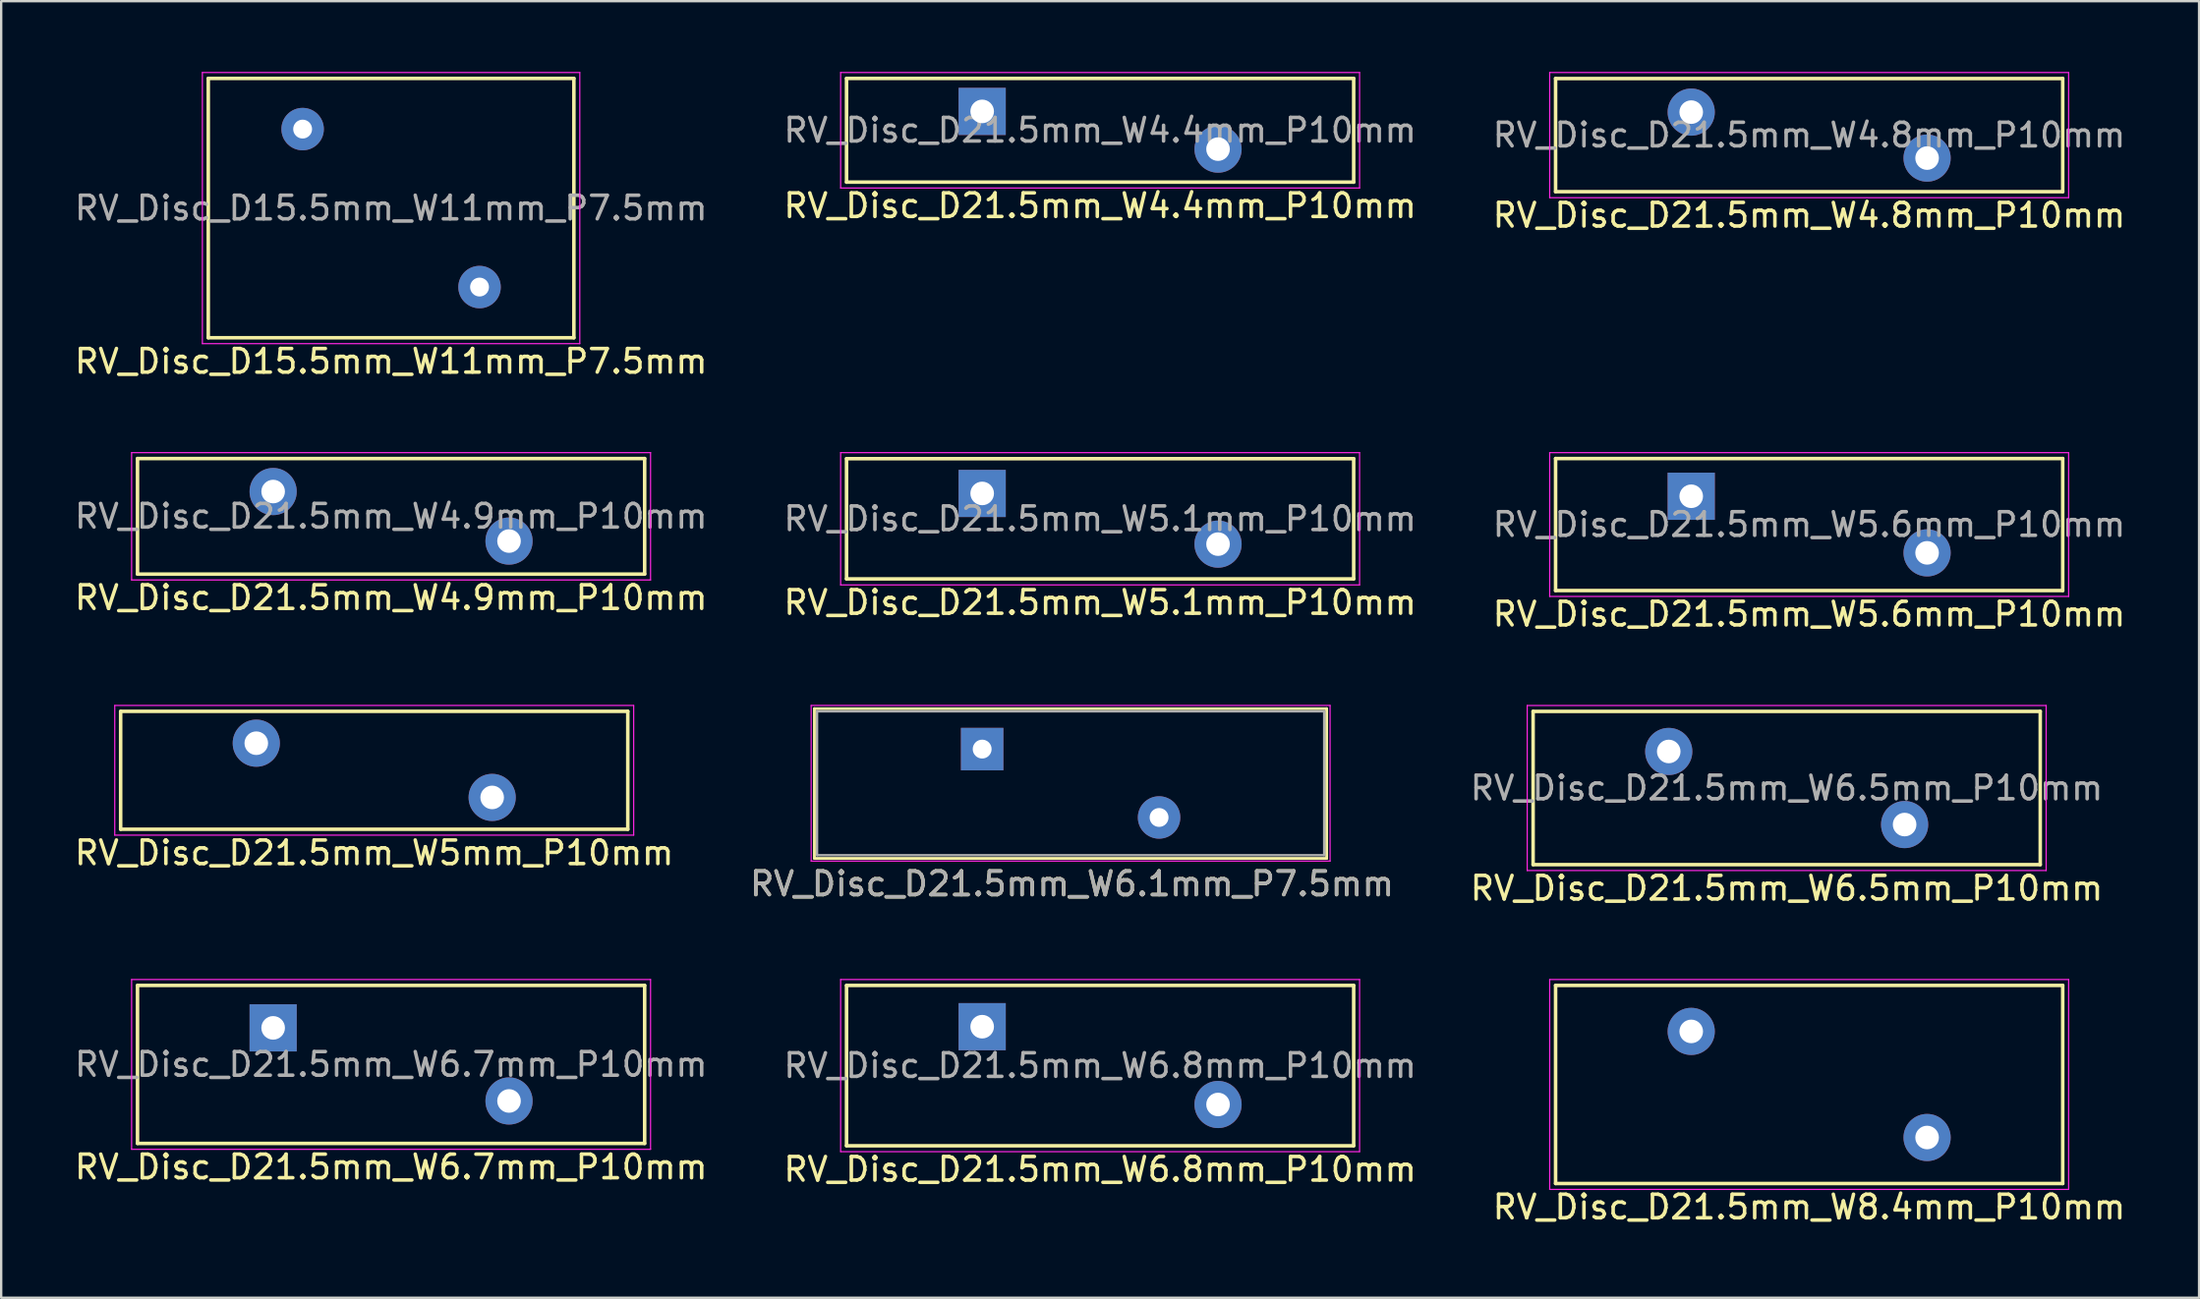
<source format=kicad_pcb>
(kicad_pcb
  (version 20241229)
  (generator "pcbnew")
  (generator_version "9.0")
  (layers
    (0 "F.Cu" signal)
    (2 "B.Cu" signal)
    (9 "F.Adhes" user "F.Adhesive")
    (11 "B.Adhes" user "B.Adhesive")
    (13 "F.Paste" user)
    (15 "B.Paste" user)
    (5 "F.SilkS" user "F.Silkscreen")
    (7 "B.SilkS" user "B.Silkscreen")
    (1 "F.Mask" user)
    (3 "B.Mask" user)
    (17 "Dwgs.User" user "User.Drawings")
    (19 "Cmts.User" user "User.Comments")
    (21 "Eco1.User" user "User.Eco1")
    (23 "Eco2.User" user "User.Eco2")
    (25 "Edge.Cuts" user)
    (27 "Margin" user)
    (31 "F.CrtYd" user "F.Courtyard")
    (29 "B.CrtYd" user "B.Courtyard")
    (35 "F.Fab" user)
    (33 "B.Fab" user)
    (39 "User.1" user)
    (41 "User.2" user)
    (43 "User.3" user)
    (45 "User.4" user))
  (footprint "RV_Disc_D21.5mm_W6.1mm_P7.5mm"
    (layer "F.Cu")
    (at 38.589 28.721)
    (property "Reference" "RV_Disc_D21.5mm_W6.1mm_P7.5mm" (at 3.81 5.715 0) (layer "F.SilkS") (effects (font (size 1 1) (thickness 0.15))))
    (attr through_hole)
    (fp_line (start -7.112 -1.714) (end 14.605 -1.714) (stroke (width 0.12) (type solid)) (layer "F.SilkS"))
    (fp_line (start -7.112 4.636) (end -7.112 -1.714) (stroke (width 0.12) (type solid)) (layer "F.SilkS"))
    (fp_line (start 14.605 -1.714) (end 14.605 4.636) (stroke (width 0.12) (type solid)) (layer "F.SilkS"))
    (fp_line (start 14.605 4.636) (end -7.112 4.636) (stroke (width 0.12) (type solid)) (layer "F.SilkS"))
    (fp_line (start -7.25 -1.85) (end -7.25 4.75) (stroke (width 0.05) (type solid)) (layer "F.CrtYd"))
    (fp_line (start -7.25 -1.85) (end 14.75 -1.85) (stroke (width 0.05) (type solid)) (layer "F.CrtYd"))
    (fp_line (start -7.25 4.75) (end 14.75 4.75) (stroke (width 0.05) (type solid)) (layer "F.CrtYd"))
    (fp_line (start 14.75 -1.85) (end 14.75 4.75) (stroke (width 0.05) (type solid)) (layer "F.CrtYd"))
    (fp_line (start -7 -1.6) (end -7 4.5) (stroke (width 0.1) (type solid)) (layer "F.Fab"))
    (fp_line (start -7 -1.6) (end 14.5 -1.6) (stroke (width 0.1) (type solid)) (layer "F.Fab"))
    (fp_line (start -7 4.5) (end 14.5 4.5) (stroke (width 0.1) (type solid)) (layer "F.Fab"))
    (fp_line (start 14.5 -1.6) (end 14.5 4.5) (stroke (width 0.1) (type solid)) (layer "F.Fab"))
    (fp_text user "${REFERENCE}" (at 3.81 5.715 0) (layer "F.Fab") (effects (font (size 1 1) (thickness 0.15))))
    (pad "1" thru_hole rect (at 0 0) (size 1.8 1.8) (drill 0.8) (layers "*.Cu" "*.Mask"))
    (pad "2" thru_hole circle (at 7.5 2.9) (size 1.8 1.8) (drill 0.8) (layers "*.Cu" "*.Mask")))
  (footprint "RV_Disc_D21.5mm_W5mm_P10mm"
    (layer "F.Cu")
    (at 7.815 28.471)
    (property "Reference" "RV_Disc_D21.5mm_W5mm_P10mm" (at 5 4.65 0) (layer "F.SilkS") (effects (font (size 1 1) (thickness 0.15))))
    (attr through_hole)
    (fp_line (start -5.75 -1.35) (end -5.75 3.65) (stroke (width 0.15) (type solid)) (layer "F.SilkS"))
    (fp_line (start -5.75 -1.35) (end 15.75 -1.35) (stroke (width 0.15) (type solid)) (layer "F.SilkS"))
    (fp_line (start -5.75 3.65) (end 15.75 3.65) (stroke (width 0.15) (type solid)) (layer "F.SilkS"))
    (fp_line (start 15.75 -1.35) (end 15.75 3.65) (stroke (width 0.15) (type solid)) (layer "F.SilkS"))
    (fp_line (start -6 -1.6) (end -6 3.9) (stroke (width 0.05) (type solid)) (layer "F.CrtYd"))
    (fp_line (start -6 -1.6) (end 16 -1.6) (stroke (width 0.05) (type solid)) (layer "F.CrtYd"))
    (fp_line (start -6 3.9) (end 16 3.9) (stroke (width 0.05) (type solid)) (layer "F.CrtYd"))
    (fp_line (start 16 -1.6) (end 16 3.9) (stroke (width 0.05) (type solid)) (layer "F.CrtYd"))
    (pad "1" thru_hole circle (at 0 0) (size 2 2) (drill 1) (layers "*.Cu" "*.Mask"))
    (pad "2" thru_hole circle (at 10 2.3) (size 2 2) (drill 1) (layers "*.Cu" "*.Mask")))
  (footprint "RV_Disc_D21.5mm_W6.5mm_P10mm"
    (layer "F.Cu")
    (at 67.696 28.822)
    (property "Reference" "RV_Disc_D21.5mm_W6.5mm_P10mm" (at 5 5.8 0) (layer "F.SilkS") (effects (font (size 1 1) (thickness 0.15))))
    (attr through_hole)
    (fp_line (start -5.75 -1.7) (end -5.75 4.8) (stroke (width 0.15) (type solid)) (layer "F.SilkS"))
    (fp_line (start -5.75 -1.7) (end 15.75 -1.7) (stroke (width 0.15) (type solid)) (layer "F.SilkS"))
    (fp_line (start -5.75 4.8) (end 15.75 4.8) (stroke (width 0.15) (type solid)) (layer "F.SilkS"))
    (fp_line (start 15.75 -1.7) (end 15.75 4.8) (stroke (width 0.15) (type solid)) (layer "F.SilkS"))
    (fp_line (start -6 -1.95) (end -6 5.05) (stroke (width 0.05) (type solid)) (layer "F.CrtYd"))
    (fp_line (start -6 -1.95) (end 16 -1.95) (stroke (width 0.05) (type solid)) (layer "F.CrtYd"))
    (fp_line (start -6 5.05) (end 16 5.05) (stroke (width 0.05) (type solid)) (layer "F.CrtYd"))
    (fp_line (start 16 -1.95) (end 16 5.05) (stroke (width 0.05) (type solid)) (layer "F.CrtYd"))
    (fp_text user "${REFERENCE}" (at 5 1.55 0) (layer "F.Fab") (effects (font (size 1 1) (thickness 0.15))))
    (pad "1" thru_hole circle (at 0 0) (size 2 2) (drill 1) (layers "*.Cu" "*.Mask"))
    (pad "2" thru_hole circle (at 10 3.1) (size 2 2) (drill 1) (layers "*.Cu" "*.Mask")))
  (footprint "RV_Disc_D21.5mm_W5.6mm_P10mm"
    (layer "F.Cu")
    (at 68.649 17.998)
    (property "Reference" "RV_Disc_D21.5mm_W5.6mm_P10mm" (at 5 5 0) (layer "F.SilkS") (effects (font (size 1 1) (thickness 0.15))))
    (attr through_hole)
    (fp_line (start -5.75 -1.6) (end -5.75 4) (stroke (width 0.15) (type solid)) (layer "F.SilkS"))
    (fp_line (start -5.75 -1.6) (end 15.75 -1.6) (stroke (width 0.15) (type solid)) (layer "F.SilkS"))
    (fp_line (start -5.75 4) (end 15.75 4) (stroke (width 0.15) (type solid)) (layer "F.SilkS"))
    (fp_line (start 15.75 -1.6) (end 15.75 4) (stroke (width 0.15) (type solid)) (layer "F.SilkS"))
    (fp_line (start -6 -1.85) (end -6 4.25) (stroke (width 0.05) (type solid)) (layer "F.CrtYd"))
    (fp_line (start -6 -1.85) (end 16 -1.85) (stroke (width 0.05) (type solid)) (layer "F.CrtYd"))
    (fp_line (start -6 4.25) (end 16 4.25) (stroke (width 0.05) (type solid)) (layer "F.CrtYd"))
    (fp_line (start 16 -1.85) (end 16 4.25) (stroke (width 0.05) (type solid)) (layer "F.CrtYd"))
    (fp_text user "${REFERENCE}" (at 5 1.2 0) (layer "F.Fab") (effects (font (size 1 1) (thickness 0.15))))
    (pad "1" thru_hole rect (at 0 0) (size 2 2) (drill 1) (layers "*.Cu" "*.Mask"))
    (pad "2" thru_hole circle (at 10 2.4) (size 2 2) (drill 1) (layers "*.Cu" "*.Mask")))
  (footprint "RV_Disc_D21.5mm_W8.4mm_P10mm"
    (layer "F.Cu")
    (at 68.649 40.695)
    (property "Reference" "RV_Disc_D21.5mm_W8.4mm_P10mm" (at 5 7.45 0) (layer "F.SilkS") (effects (font (size 1 1) (thickness 0.15))))
    (attr through_hole)
    (fp_line (start -5.75 -1.95) (end -5.75 6.45) (stroke (width 0.15) (type solid)) (layer "F.SilkS"))
    (fp_line (start -5.75 -1.95) (end 15.75 -1.95) (stroke (width 0.15) (type solid)) (layer "F.SilkS"))
    (fp_line (start -5.75 6.45) (end 15.75 6.45) (stroke (width 0.15) (type solid)) (layer "F.SilkS"))
    (fp_line (start 15.75 -1.95) (end 15.75 6.45) (stroke (width 0.15) (type solid)) (layer "F.SilkS"))
    (fp_line (start -6 -2.2) (end -6 6.7) (stroke (width 0.05) (type solid)) (layer "F.CrtYd"))
    (fp_line (start -6 -2.2) (end 16 -2.2) (stroke (width 0.05) (type solid)) (layer "F.CrtYd"))
    (fp_line (start -6 6.7) (end 16 6.7) (stroke (width 0.05) (type solid)) (layer "F.CrtYd"))
    (fp_line (start 16 -2.2) (end 16 6.7) (stroke (width 0.05) (type solid)) (layer "F.CrtYd"))
    (pad "1" thru_hole circle (at 0 0) (size 2 2) (drill 1) (layers "*.Cu" "*.Mask"))
    (pad "2" thru_hole circle (at 10 4.5) (size 2 2) (drill 1) (layers "*.Cu" "*.Mask")))
  (footprint "RV_Disc_D21.5mm_W6.8mm_P10mm"
    (layer "F.Cu")
    (at 38.589 40.495)
    (property "Reference" "RV_Disc_D21.5mm_W6.8mm_P10mm" (at 5 6.05 0) (layer "F.SilkS") (effects (font (size 1 1) (thickness 0.15))))
    (attr through_hole)
    (fp_line (start -5.75 -1.75) (end -5.75 5.05) (stroke (width 0.15) (type solid)) (layer "F.SilkS"))
    (fp_line (start -5.75 -1.75) (end 15.75 -1.75) (stroke (width 0.15) (type solid)) (layer "F.SilkS"))
    (fp_line (start -5.75 5.05) (end 15.75 5.05) (stroke (width 0.15) (type solid)) (layer "F.SilkS"))
    (fp_line (start 15.75 -1.75) (end 15.75 5.05) (stroke (width 0.15) (type solid)) (layer "F.SilkS"))
    (fp_line (start -6 -2) (end -6 5.3) (stroke (width 0.05) (type solid)) (layer "F.CrtYd"))
    (fp_line (start -6 -2) (end 16 -2) (stroke (width 0.05) (type solid)) (layer "F.CrtYd"))
    (fp_line (start -6 5.3) (end 16 5.3) (stroke (width 0.05) (type solid)) (layer "F.CrtYd"))
    (fp_line (start 16 -2) (end 16 5.3) (stroke (width 0.05) (type solid)) (layer "F.CrtYd"))
    (fp_text user "${REFERENCE}" (at 5 1.65 0) (layer "F.Fab") (effects (font (size 1 1) (thickness 0.15))))
    (pad "1" thru_hole rect (at 0 0) (size 2 2) (drill 1) (layers "*.Cu" "*.Mask"))
    (pad "2" thru_hole circle (at 10 3.3) (size 2 2) (drill 1) (layers "*.Cu" "*.Mask")))
  (footprint "RV_Disc_D15.5mm_W11mm_P7.5mm"
    (layer "F.Cu")
    (at 9.78 2.425)
    (property "Reference" "RV_Disc_D15.5mm_W11mm_P7.5mm" (at 3.75 9.85 0) (layer "F.SilkS") (effects (font (size 1 1) (thickness 0.15))))
    (attr through_hole)
    (fp_line (start -4 -2.15) (end -4 8.85) (stroke (width 0.15) (type solid)) (layer "F.SilkS"))
    (fp_line (start -4 -2.15) (end 11.5 -2.15) (stroke (width 0.15) (type solid)) (layer "F.SilkS"))
    (fp_line (start -4 8.85) (end 11.5 8.85) (stroke (width 0.15) (type solid)) (layer "F.SilkS"))
    (fp_line (start 11.5 -2.15) (end 11.5 8.85) (stroke (width 0.15) (type solid)) (layer "F.SilkS"))
    (fp_line (start -4.25 -2.4) (end -4.25 9.1) (stroke (width 0.05) (type solid)) (layer "F.CrtYd"))
    (fp_line (start -4.25 -2.4) (end 11.75 -2.4) (stroke (width 0.05) (type solid)) (layer "F.CrtYd"))
    (fp_line (start -4.25 9.1) (end 11.75 9.1) (stroke (width 0.05) (type solid)) (layer "F.CrtYd"))
    (fp_line (start 11.75 -2.4) (end 11.75 9.1) (stroke (width 0.05) (type solid)) (layer "F.CrtYd"))
    (fp_text user "${REFERENCE}" (at 3.75 3.35 0) (layer "F.Fab") (effects (font (size 1 1) (thickness 0.15))))
    (pad "1" thru_hole circle (at 0 0) (size 1.8 1.8) (drill 0.8) (layers "*.Cu" "*.Mask"))
    (pad "2" thru_hole circle (at 7.5 6.7) (size 1.8 1.8) (drill 0.8) (layers "*.Cu" "*.Mask")))
  (footprint "RV_Disc_D21.5mm_W4.9mm_P10mm"
    (layer "F.Cu")
    (at 8.53 17.798)
    (property "Reference" "RV_Disc_D21.5mm_W4.9mm_P10mm" (at 5 4.5 0) (layer "F.SilkS") (effects (font (size 1 1) (thickness 0.15))))
    (attr through_hole)
    (fp_line (start -5.75 -1.4) (end -5.75 3.5) (stroke (width 0.15) (type solid)) (layer "F.SilkS"))
    (fp_line (start -5.75 -1.4) (end 15.75 -1.4) (stroke (width 0.15) (type solid)) (layer "F.SilkS"))
    (fp_line (start -5.75 3.5) (end 15.75 3.5) (stroke (width 0.15) (type solid)) (layer "F.SilkS"))
    (fp_line (start 15.75 -1.4) (end 15.75 3.5) (stroke (width 0.15) (type solid)) (layer "F.SilkS"))
    (fp_line (start -6 -1.65) (end -6 3.75) (stroke (width 0.05) (type solid)) (layer "F.CrtYd"))
    (fp_line (start -6 -1.65) (end 16 -1.65) (stroke (width 0.05) (type solid)) (layer "F.CrtYd"))
    (fp_line (start -6 3.75) (end 16 3.75) (stroke (width 0.05) (type solid)) (layer "F.CrtYd"))
    (fp_line (start 16 -1.65) (end 16 3.75) (stroke (width 0.05) (type solid)) (layer "F.CrtYd"))
    (fp_text user "${REFERENCE}" (at 5 1.05 0) (layer "F.Fab") (effects (font (size 1 1) (thickness 0.15))))
    (pad "1" thru_hole circle (at 0 0) (size 2 2) (drill 1) (layers "*.Cu" "*.Mask"))
    (pad "2" thru_hole circle (at 10 2.1) (size 2 2) (drill 1) (layers "*.Cu" "*.Mask")))
  (footprint "RV_Disc_D21.5mm_W6.7mm_P10mm"
    (layer "F.Cu")
    (at 8.53 40.545)
    (property "Reference" "RV_Disc_D21.5mm_W6.7mm_P10mm" (at 5 5.9 0) (layer "F.SilkS") (effects (font (size 1 1) (thickness 0.15))))
    (attr through_hole)
    (fp_line (start -5.75 -1.8) (end -5.75 4.9) (stroke (width 0.15) (type solid)) (layer "F.SilkS"))
    (fp_line (start -5.75 -1.8) (end 15.75 -1.8) (stroke (width 0.15) (type solid)) (layer "F.SilkS"))
    (fp_line (start -5.75 4.9) (end 15.75 4.9) (stroke (width 0.15) (type solid)) (layer "F.SilkS"))
    (fp_line (start 15.75 -1.8) (end 15.75 4.9) (stroke (width 0.15) (type solid)) (layer "F.SilkS"))
    (fp_line (start -6 -2.05) (end -6 5.15) (stroke (width 0.05) (type solid)) (layer "F.CrtYd"))
    (fp_line (start -6 -2.05) (end 16 -2.05) (stroke (width 0.05) (type solid)) (layer "F.CrtYd"))
    (fp_line (start -6 5.15) (end 16 5.15) (stroke (width 0.05) (type solid)) (layer "F.CrtYd"))
    (fp_line (start 16 -2.05) (end 16 5.15) (stroke (width 0.05) (type solid)) (layer "F.CrtYd"))
    (fp_text user "${REFERENCE}" (at 5 1.55 0) (layer "F.Fab") (effects (font (size 1 1) (thickness 0.15))))
    (pad "1" thru_hole rect (at 0 0) (size 2 2) (drill 1) (layers "*.Cu" "*.Mask"))
    (pad "2" thru_hole circle (at 10 3.1) (size 2 2) (drill 1) (layers "*.Cu" "*.Mask")))
  (footprint "RV_Disc_D21.5mm_W4.8mm_P10mm"
    (layer "F.Cu")
    (at 68.649 1.705)
    (property "Reference" "RV_Disc_D21.5mm_W4.8mm_P10mm" (at 5 4.375 0) (layer "F.SilkS") (effects (font (size 1 1) (thickness 0.15))))
    (attr through_hole)
    (fp_line (start -5.75 -1.425) (end -5.75 3.375) (stroke (width 0.15) (type solid)) (layer "F.SilkS"))
    (fp_line (start -5.75 -1.425) (end 15.75 -1.425) (stroke (width 0.15) (type solid)) (layer "F.SilkS"))
    (fp_line (start -5.75 3.375) (end 15.75 3.375) (stroke (width 0.15) (type solid)) (layer "F.SilkS"))
    (fp_line (start 15.75 -1.425) (end 15.75 3.375) (stroke (width 0.15) (type solid)) (layer "F.SilkS"))
    (fp_line (start -6 -1.68) (end -6 3.63) (stroke (width 0.05) (type solid)) (layer "F.CrtYd"))
    (fp_line (start -6 -1.68) (end 16 -1.68) (stroke (width 0.05) (type solid)) (layer "F.CrtYd"))
    (fp_line (start -6 3.63) (end 16 3.63) (stroke (width 0.05) (type solid)) (layer "F.CrtYd"))
    (fp_line (start 16 -1.68) (end 16 3.63) (stroke (width 0.05) (type solid)) (layer "F.CrtYd"))
    (fp_text user "${REFERENCE}" (at 5 0.975 0) (layer "F.Fab") (effects (font (size 1 1) (thickness 0.15))))
    (pad "1" thru_hole circle (at 0 0) (size 2 2) (drill 1) (layers "*.Cu" "*.Mask"))
    (pad "2" thru_hole circle (at 10 1.95) (size 2 2) (drill 1) (layers "*.Cu" "*.Mask")))
  (footprint "RV_Disc_D21.5mm_W5.1mm_P10mm"
    (layer "F.Cu")
    (at 38.589 17.878)
    (property "Reference" "RV_Disc_D21.5mm_W5.1mm_P10mm" (at 5 4.625 0) (layer "F.SilkS") (effects (font (size 1 1) (thickness 0.15))))
    (attr through_hole)
    (fp_line (start -5.75 -1.475) (end -5.75 3.625) (stroke (width 0.15) (type solid)) (layer "F.SilkS"))
    (fp_line (start -5.75 -1.475) (end 15.75 -1.475) (stroke (width 0.15) (type solid)) (layer "F.SilkS"))
    (fp_line (start -5.75 3.625) (end 15.75 3.625) (stroke (width 0.15) (type solid)) (layer "F.SilkS"))
    (fp_line (start 15.75 -1.475) (end 15.75 3.625) (stroke (width 0.15) (type solid)) (layer "F.SilkS"))
    (fp_line (start -6 -1.73) (end -6 3.88) (stroke (width 0.05) (type solid)) (layer "F.CrtYd"))
    (fp_line (start -6 -1.73) (end 16 -1.73) (stroke (width 0.05) (type solid)) (layer "F.CrtYd"))
    (fp_line (start -6 3.88) (end 16 3.88) (stroke (width 0.05) (type solid)) (layer "F.CrtYd"))
    (fp_line (start 16 -1.73) (end 16 3.88) (stroke (width 0.05) (type solid)) (layer "F.CrtYd"))
    (fp_text user "${REFERENCE}" (at 5 1.075 0) (layer "F.Fab") (effects (font (size 1 1) (thickness 0.15))))
    (pad "1" thru_hole rect (at 0 0) (size 2 2) (drill 1) (layers "*.Cu" "*.Mask"))
    (pad "2" thru_hole circle (at 10 2.15) (size 2 2) (drill 1) (layers "*.Cu" "*.Mask")))
  (footprint "RV_Disc_D21.5mm_W4.4mm_P10mm"
    (layer "F.Cu")
    (at 38.589 1.675)
    (property "Reference" "RV_Disc_D21.5mm_W4.4mm_P10mm" (at 5 4 0) (layer "F.SilkS") (effects (font (size 1 1) (thickness 0.15))))
    (attr through_hole)
    (fp_line (start -5.75 -1.4) (end -5.75 3) (stroke (width 0.15) (type solid)) (layer "F.SilkS"))
    (fp_line (start -5.75 -1.4) (end 15.75 -1.4) (stroke (width 0.15) (type solid)) (layer "F.SilkS"))
    (fp_line (start -5.75 3) (end 15.75 3) (stroke (width 0.15) (type solid)) (layer "F.SilkS"))
    (fp_line (start 15.75 -1.4) (end 15.75 3) (stroke (width 0.15) (type solid)) (layer "F.SilkS"))
    (fp_line (start -6 -1.65) (end -6 3.25) (stroke (width 0.05) (type solid)) (layer "F.CrtYd"))
    (fp_line (start -6 -1.65) (end 16 -1.65) (stroke (width 0.05) (type solid)) (layer "F.CrtYd"))
    (fp_line (start -6 3.25) (end 16 3.25) (stroke (width 0.05) (type solid)) (layer "F.CrtYd"))
    (fp_line (start 16 -1.65) (end 16 3.25) (stroke (width 0.05) (type solid)) (layer "F.CrtYd"))
    (fp_text user "${REFERENCE}" (at 5 0.8 0) (layer "F.Fab") (effects (font (size 1 1) (thickness 0.15))))
    (pad "1" thru_hole rect (at 0 0) (size 2 2) (drill 1) (layers "*.Cu" "*.Mask"))
    (pad "2" thru_hole circle (at 10 1.6) (size 2 2) (drill 1) (layers "*.Cu" "*.Mask")))
  (gr_rect
    (start -3 -3)
    (end 90.179 51.993)
    (stroke (width 0.1) (type default))
    (fill no)
    (layer "Edge.Cuts")))
</source>
